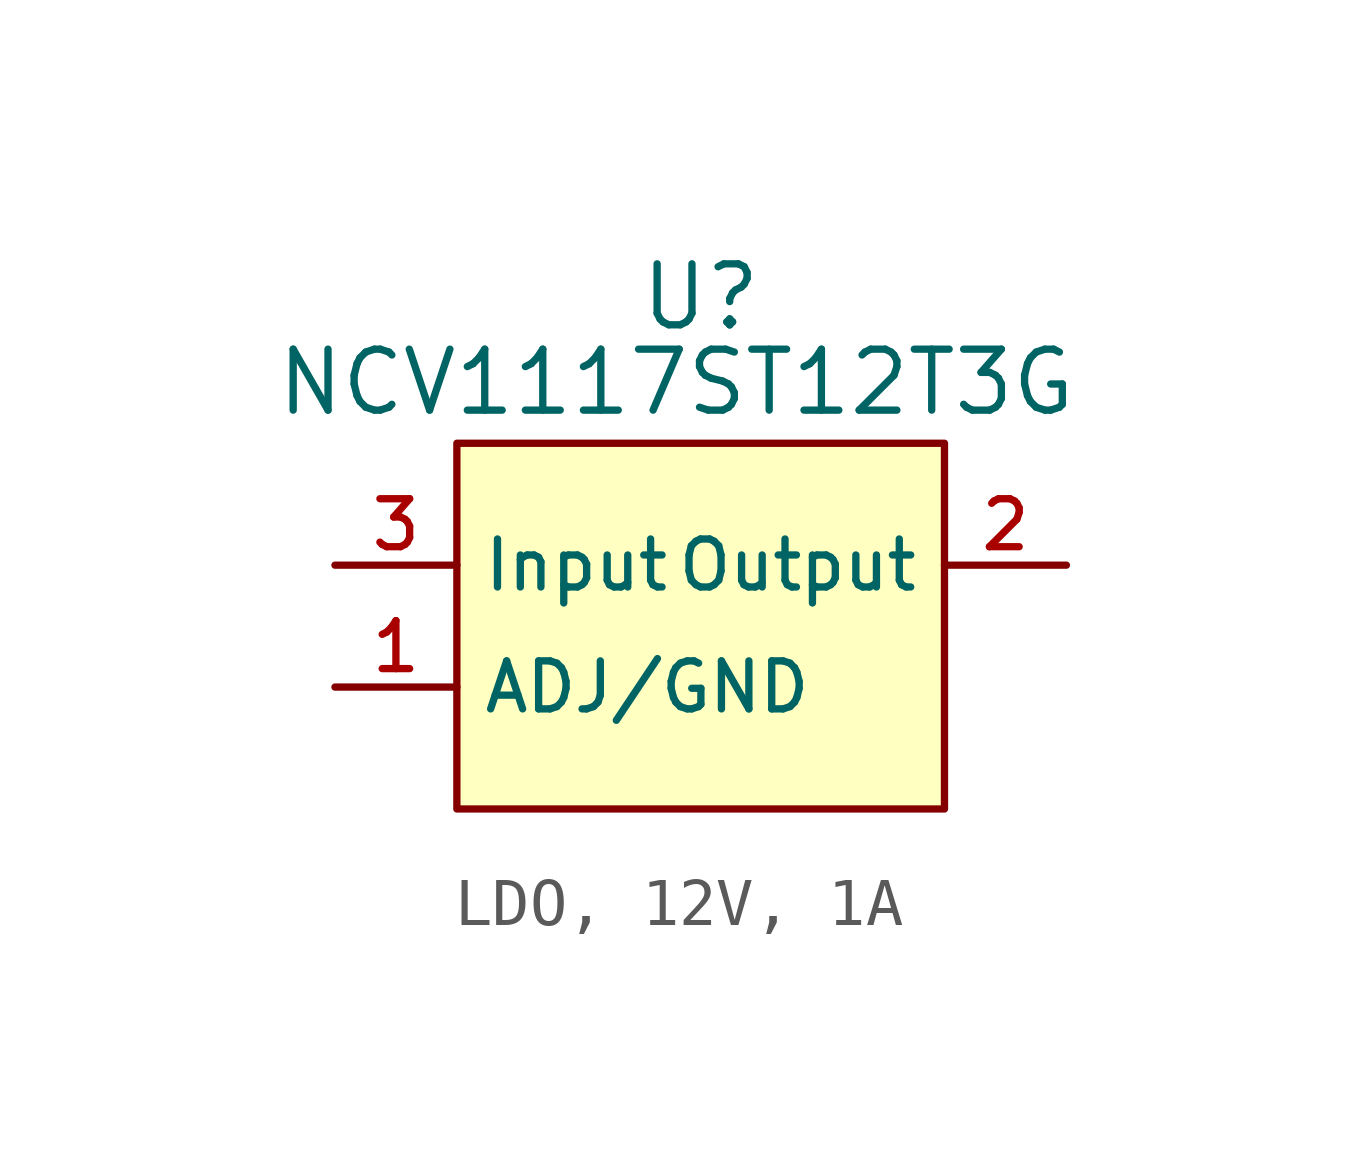
<source format=kicad_sym>
(kicad_symbol_lib
  (version 20231120)
  (generator "CDFER_Archive_Tool")
  (generator_version "0.0")
  (symbol "LDO, 12V, 1A"
    (property "Reference" "U"
      (at 0 8.128 0)
      (effects (font (size 1.27 1.27))))
    (property "Value" "NCV1117ST12T3G"
      (at -0.508 6.35 0)
      (effects (font (size 1.27 1.27))))
    (symbol "LDO, 12V, 1A_0_1"
      (rectangle (start -5.08 5.08) (end 5.08 -2.54) (stroke (width 0) (type default)) (fill (type background)))
      (pin unspecified line (at 7.62 2.54 180) (length 2.54) (name "Output" (effects (font (size 1 1)))) (number "2" (effects (font (size 1 1)))))
      (pin unspecified line (at -7.62 2.54 0) (length 2.54) (name "Input" (effects (font (size 1 1)))) (number "3" (effects (font (size 1 1))))))
    (symbol "LDO, 12V, 1A_1_1"
      (pin unspecified line (at -7.62 0 0) (length 2.54) (name "ADJ/GND" (effects (font (size 1 1)))) (number "1" (effects (font (size 1 1)))))
      (pin unspecified line (at 7.62 2.54 180) (length 2.54) hide (name "Output" (effects (font (size 1 1)))) (number "4" (effects (font (size 1 1))))))))
</source>
